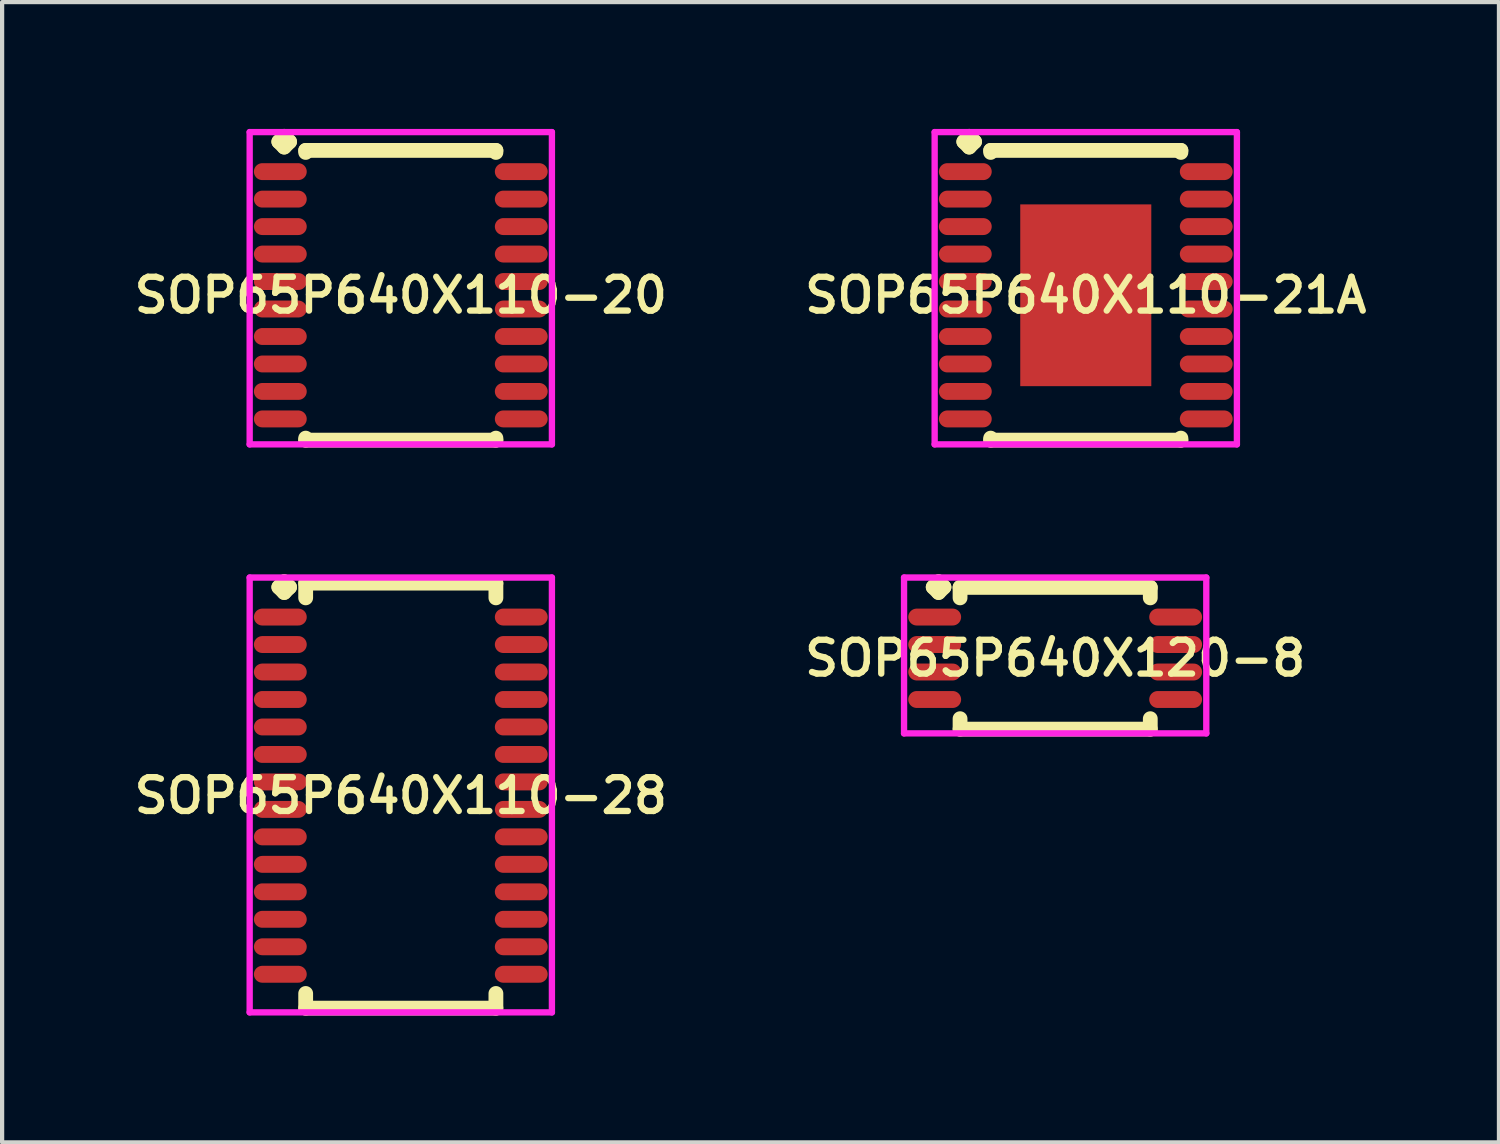
<source format=kicad_pcb>
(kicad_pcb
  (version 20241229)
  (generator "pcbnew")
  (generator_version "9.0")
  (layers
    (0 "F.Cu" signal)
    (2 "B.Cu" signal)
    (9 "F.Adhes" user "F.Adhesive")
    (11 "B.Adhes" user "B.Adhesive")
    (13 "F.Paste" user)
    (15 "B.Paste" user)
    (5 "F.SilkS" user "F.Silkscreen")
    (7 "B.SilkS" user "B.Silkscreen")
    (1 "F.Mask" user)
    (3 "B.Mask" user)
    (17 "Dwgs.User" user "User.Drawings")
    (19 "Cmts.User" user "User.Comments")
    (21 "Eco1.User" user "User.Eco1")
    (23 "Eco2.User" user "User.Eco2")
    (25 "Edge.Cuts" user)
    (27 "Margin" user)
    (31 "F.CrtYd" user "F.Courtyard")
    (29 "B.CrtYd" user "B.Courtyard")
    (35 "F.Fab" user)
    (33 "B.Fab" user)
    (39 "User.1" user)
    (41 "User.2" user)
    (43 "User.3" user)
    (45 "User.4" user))
  (footprint "SOP65P640X110-20"
    (layer "F.Cu")
    (at 6.431 3.935)
    (property "Reference" "SOP65P640X110-20" (at 0 0 0) (layer "F.SilkS") (effects (font (size 0.8 0.8) (thickness 0.15))))
    (attr smd)
    (fp_line (start -2.885 -3.633) (end -2.758 -3.76) (stroke (width 0.35) (type solid)) (layer "F.SilkS"))
    (fp_line (start -2.758 -3.76) (end -2.631 -3.633) (stroke (width 0.35) (type solid)) (layer "F.SilkS"))
    (fp_line (start -2.758 -3.506) (end -2.885 -3.633) (stroke (width 0.35) (type solid)) (layer "F.SilkS"))
    (fp_line (start -2.631 -3.633) (end -2.758 -3.506) (stroke (width 0.35) (type solid)) (layer "F.SilkS"))
    (fp_line (start -2.25 -3.427) (end 2.25 -3.427) (stroke (width 0.35) (type solid)) (layer "F.SilkS"))
    (fp_line (start -2.25 -3.379) (end -2.25 -3.427) (stroke (width 0.35) (type solid)) (layer "F.SilkS"))
    (fp_line (start -2.25 3.379) (end -2.25 3.427) (stroke (width 0.35) (type solid)) (layer "F.SilkS"))
    (fp_line (start -2.25 3.427) (end 2.25 3.427) (stroke (width 0.35) (type solid)) (layer "F.SilkS"))
    (fp_line (start 2.25 -3.427) (end 2.25 -3.379) (stroke (width 0.35) (type solid)) (layer "F.SilkS"))
    (fp_line (start 2.25 3.427) (end 2.25 3.379) (stroke (width 0.35) (type solid)) (layer "F.SilkS"))
    (fp_line (start -3.575 -3.86) (end 3.575 -3.86) (stroke (width 0.15) (type solid)) (layer "F.CrtYd"))
    (fp_line (start -3.575 3.527) (end -3.575 -3.86) (stroke (width 0.15) (type solid)) (layer "F.CrtYd"))
    (fp_line (start 3.575 -3.86) (end 3.575 3.527) (stroke (width 0.15) (type solid)) (layer "F.CrtYd"))
    (fp_line (start 3.575 3.527) (end -3.575 3.527) (stroke (width 0.15) (type solid)) (layer "F.CrtYd"))
    (pad "1" smd oval (at -2.85 -2.925) (size 1.25 0.4) (layers "F.Cu" "F.Mask" "F.Paste"))
    (pad "2" smd oval (at -2.85 -2.275) (size 1.25 0.4) (layers "F.Cu" "F.Mask" "F.Paste"))
    (pad "3" smd oval (at -2.85 -1.625) (size 1.25 0.4) (layers "F.Cu" "F.Mask" "F.Paste"))
    (pad "4" smd oval (at -2.85 -0.975) (size 1.25 0.4) (layers "F.Cu" "F.Mask" "F.Paste"))
    (pad "5" smd oval (at -2.85 -0.325) (size 1.25 0.4) (layers "F.Cu" "F.Mask" "F.Paste"))
    (pad "6" smd oval (at -2.85 0.325) (size 1.25 0.4) (layers "F.Cu" "F.Mask" "F.Paste"))
    (pad "7" smd oval (at -2.85 0.975) (size 1.25 0.4) (layers "F.Cu" "F.Mask" "F.Paste"))
    (pad "8" smd oval (at -2.85 1.625) (size 1.25 0.4) (layers "F.Cu" "F.Mask" "F.Paste"))
    (pad "9" smd oval (at -2.85 2.275) (size 1.25 0.4) (layers "F.Cu" "F.Mask" "F.Paste"))
    (pad "10" smd oval (at -2.85 2.925) (size 1.25 0.4) (layers "F.Cu" "F.Mask" "F.Paste"))
    (pad "11" smd oval (at 2.85 2.925) (size 1.25 0.4) (layers "F.Cu" "F.Mask" "F.Paste"))
    (pad "12" smd oval (at 2.85 2.275) (size 1.25 0.4) (layers "F.Cu" "F.Mask" "F.Paste"))
    (pad "13" smd oval (at 2.85 1.625) (size 1.25 0.4) (layers "F.Cu" "F.Mask" "F.Paste"))
    (pad "14" smd oval (at 2.85 0.975) (size 1.25 0.4) (layers "F.Cu" "F.Mask" "F.Paste"))
    (pad "15" smd oval (at 2.85 0.325) (size 1.25 0.4) (layers "F.Cu" "F.Mask" "F.Paste"))
    (pad "16" smd oval (at 2.85 -0.325) (size 1.25 0.4) (layers "F.Cu" "F.Mask" "F.Paste"))
    (pad "17" smd oval (at 2.85 -0.975) (size 1.25 0.4) (layers "F.Cu" "F.Mask" "F.Paste"))
    (pad "18" smd oval (at 2.85 -1.625) (size 1.25 0.4) (layers "F.Cu" "F.Mask" "F.Paste"))
    (pad "19" smd oval (at 2.85 -2.275) (size 1.25 0.4) (layers "F.Cu" "F.Mask" "F.Paste"))
    (pad "20" smd oval (at 2.85 -2.925) (size 1.25 0.4) (layers "F.Cu" "F.Mask" "F.Paste")))
  (footprint "SOP65P640X110-28"
    (layer "F.Cu")
    (at 6.431 15.772)
    (property "Reference" "SOP65P640X110-28" (at 0 0 0) (layer "F.SilkS") (effects (font (size 0.8 0.8) (thickness 0.15))))
    (attr smd)
    (fp_line (start -2.885 -4.933) (end -2.758 -5.06) (stroke (width 0.35) (type solid)) (layer "F.SilkS"))
    (fp_line (start -2.758 -5.06) (end -2.631 -4.933) (stroke (width 0.35) (type solid)) (layer "F.SilkS"))
    (fp_line (start -2.758 -4.806) (end -2.885 -4.933) (stroke (width 0.35) (type solid)) (layer "F.SilkS"))
    (fp_line (start -2.631 -4.933) (end -2.758 -4.806) (stroke (width 0.35) (type solid)) (layer "F.SilkS"))
    (fp_line (start -2.25 -5.027) (end 2.25 -5.027) (stroke (width 0.35) (type solid)) (layer "F.SilkS"))
    (fp_line (start -2.25 -4.679) (end -2.25 -5.027) (stroke (width 0.35) (type solid)) (layer "F.SilkS"))
    (fp_line (start -2.25 4.679) (end -2.25 5.027) (stroke (width 0.35) (type solid)) (layer "F.SilkS"))
    (fp_line (start -2.25 5.027) (end 2.25 5.027) (stroke (width 0.35) (type solid)) (layer "F.SilkS"))
    (fp_line (start 2.25 -5.027) (end 2.25 -4.679) (stroke (width 0.35) (type solid)) (layer "F.SilkS"))
    (fp_line (start 2.25 5.027) (end 2.25 4.679) (stroke (width 0.35) (type solid)) (layer "F.SilkS"))
    (fp_line (start -3.575 -5.16) (end 3.575 -5.16) (stroke (width 0.15) (type solid)) (layer "F.CrtYd"))
    (fp_line (start -3.575 5.127) (end -3.575 -5.16) (stroke (width 0.15) (type solid)) (layer "F.CrtYd"))
    (fp_line (start 3.575 -5.16) (end 3.575 5.127) (stroke (width 0.15) (type solid)) (layer "F.CrtYd"))
    (fp_line (start 3.575 5.127) (end -3.575 5.127) (stroke (width 0.15) (type solid)) (layer "F.CrtYd"))
    (pad "1" smd oval (at -2.85 -4.225) (size 1.25 0.4) (layers "F.Cu" "F.Mask" "F.Paste"))
    (pad "2" smd oval (at -2.85 -3.575) (size 1.25 0.4) (layers "F.Cu" "F.Mask" "F.Paste"))
    (pad "3" smd oval (at -2.85 -2.925) (size 1.25 0.4) (layers "F.Cu" "F.Mask" "F.Paste"))
    (pad "4" smd oval (at -2.85 -2.275) (size 1.25 0.4) (layers "F.Cu" "F.Mask" "F.Paste"))
    (pad "5" smd oval (at -2.85 -1.625) (size 1.25 0.4) (layers "F.Cu" "F.Mask" "F.Paste"))
    (pad "6" smd oval (at -2.85 -0.975) (size 1.25 0.4) (layers "F.Cu" "F.Mask" "F.Paste"))
    (pad "7" smd oval (at -2.85 -0.325) (size 1.25 0.4) (layers "F.Cu" "F.Mask" "F.Paste"))
    (pad "8" smd oval (at -2.85 0.325) (size 1.25 0.4) (layers "F.Cu" "F.Mask" "F.Paste"))
    (pad "9" smd oval (at -2.85 0.975) (size 1.25 0.4) (layers "F.Cu" "F.Mask" "F.Paste"))
    (pad "10" smd oval (at -2.85 1.625) (size 1.25 0.4) (layers "F.Cu" "F.Mask" "F.Paste"))
    (pad "11" smd oval (at -2.85 2.275) (size 1.25 0.4) (layers "F.Cu" "F.Mask" "F.Paste"))
    (pad "12" smd oval (at -2.85 2.925) (size 1.25 0.4) (layers "F.Cu" "F.Mask" "F.Paste"))
    (pad "13" smd oval (at -2.85 3.575) (size 1.25 0.4) (layers "F.Cu" "F.Mask" "F.Paste"))
    (pad "14" smd oval (at -2.85 4.225) (size 1.25 0.4) (layers "F.Cu" "F.Mask" "F.Paste"))
    (pad "15" smd oval (at 2.85 4.225) (size 1.25 0.4) (layers "F.Cu" "F.Mask" "F.Paste"))
    (pad "16" smd oval (at 2.85 3.575) (size 1.25 0.4) (layers "F.Cu" "F.Mask" "F.Paste"))
    (pad "17" smd oval (at 2.85 2.925) (size 1.25 0.4) (layers "F.Cu" "F.Mask" "F.Paste"))
    (pad "18" smd oval (at 2.85 2.275) (size 1.25 0.4) (layers "F.Cu" "F.Mask" "F.Paste"))
    (pad "19" smd oval (at 2.85 1.625) (size 1.25 0.4) (layers "F.Cu" "F.Mask" "F.Paste"))
    (pad "20" smd oval (at 2.85 0.975) (size 1.25 0.4) (layers "F.Cu" "F.Mask" "F.Paste"))
    (pad "21" smd oval (at 2.85 0.325) (size 1.25 0.4) (layers "F.Cu" "F.Mask" "F.Paste"))
    (pad "22" smd oval (at 2.85 -0.325) (size 1.25 0.4) (layers "F.Cu" "F.Mask" "F.Paste"))
    (pad "23" smd oval (at 2.85 -0.975) (size 1.25 0.4) (layers "F.Cu" "F.Mask" "F.Paste"))
    (pad "24" smd oval (at 2.85 -1.625) (size 1.25 0.4) (layers "F.Cu" "F.Mask" "F.Paste"))
    (pad "25" smd oval (at 2.85 -2.275) (size 1.25 0.4) (layers "F.Cu" "F.Mask" "F.Paste"))
    (pad "26" smd oval (at 2.85 -2.925) (size 1.25 0.4) (layers "F.Cu" "F.Mask" "F.Paste"))
    (pad "27" smd oval (at 2.85 -3.575) (size 1.25 0.4) (layers "F.Cu" "F.Mask" "F.Paste"))
    (pad "28" smd oval (at 2.85 -4.225) (size 1.25 0.4) (layers "F.Cu" "F.Mask" "F.Paste")))
  (footprint "SOP65P640X110-21A"
    (layer "F.Cu")
    (at 22.635 3.935)
    (property "Reference" "SOP65P640X110-21A" (at 0 0 0) (layer "F.SilkS") (effects (font (size 0.8 0.8) (thickness 0.15))))
    (attr through_hole)
    (fp_line (start -2.885 -3.633) (end -2.758 -3.76) (stroke (width 0.35) (type solid)) (layer "F.SilkS"))
    (fp_line (start -2.758 -3.76) (end -2.631 -3.633) (stroke (width 0.35) (type solid)) (layer "F.SilkS"))
    (fp_line (start -2.758 -3.506) (end -2.885 -3.633) (stroke (width 0.35) (type solid)) (layer "F.SilkS"))
    (fp_line (start -2.631 -3.633) (end -2.758 -3.506) (stroke (width 0.35) (type solid)) (layer "F.SilkS"))
    (fp_line (start -2.25 -3.427) (end 2.25 -3.427) (stroke (width 0.35) (type solid)) (layer "F.SilkS"))
    (fp_line (start -2.25 -3.379) (end -2.25 -3.427) (stroke (width 0.35) (type solid)) (layer "F.SilkS"))
    (fp_line (start -2.25 3.379) (end -2.25 3.427) (stroke (width 0.35) (type solid)) (layer "F.SilkS"))
    (fp_line (start -2.25 3.427) (end 2.25 3.427) (stroke (width 0.35) (type solid)) (layer "F.SilkS"))
    (fp_line (start 2.25 -3.427) (end 2.25 -3.379) (stroke (width 0.35) (type solid)) (layer "F.SilkS"))
    (fp_line (start 2.25 3.427) (end 2.25 3.379) (stroke (width 0.35) (type solid)) (layer "F.SilkS"))
    (fp_line (start -3.575 -3.86) (end 3.575 -3.86) (stroke (width 0.15) (type solid)) (layer "F.CrtYd"))
    (fp_line (start -3.575 3.527) (end -3.575 -3.86) (stroke (width 0.15) (type solid)) (layer "F.CrtYd"))
    (fp_line (start 3.575 -3.86) (end 3.575 3.527) (stroke (width 0.15) (type solid)) (layer "F.CrtYd"))
    (fp_line (start 3.575 3.527) (end -3.575 3.527) (stroke (width 0.15) (type solid)) (layer "F.CrtYd"))
    (pad "1" smd oval (at -2.85 -2.925) (size 1.25 0.4) (layers "F.Cu" "F.Mask" "F.Paste"))
    (pad "2" smd oval (at -2.85 -2.275) (size 1.25 0.4) (layers "F.Cu" "F.Mask" "F.Paste"))
    (pad "3" smd oval (at -2.85 -1.625) (size 1.25 0.4) (layers "F.Cu" "F.Mask" "F.Paste"))
    (pad "4" smd oval (at -2.85 -0.975) (size 1.25 0.4) (layers "F.Cu" "F.Mask" "F.Paste"))
    (pad "5" smd oval (at -2.85 -0.325) (size 1.25 0.4) (layers "F.Cu" "F.Mask" "F.Paste"))
    (pad "6" smd oval (at -2.85 0.325) (size 1.25 0.4) (layers "F.Cu" "F.Mask" "F.Paste"))
    (pad "7" smd oval (at -2.85 0.975) (size 1.25 0.4) (layers "F.Cu" "F.Mask" "F.Paste"))
    (pad "8" smd oval (at -2.85 1.625) (size 1.25 0.4) (layers "F.Cu" "F.Mask" "F.Paste"))
    (pad "9" smd oval (at -2.85 2.275) (size 1.25 0.4) (layers "F.Cu" "F.Mask" "F.Paste"))
    (pad "10" smd oval (at -2.85 2.925) (size 1.25 0.4) (layers "F.Cu" "F.Mask" "F.Paste"))
    (pad "11" smd oval (at 2.85 2.925) (size 1.25 0.4) (layers "F.Cu" "F.Mask" "F.Paste"))
    (pad "12" smd oval (at 2.85 2.275) (size 1.25 0.4) (layers "F.Cu" "F.Mask" "F.Paste"))
    (pad "13" smd oval (at 2.85 1.625) (size 1.25 0.4) (layers "F.Cu" "F.Mask" "F.Paste"))
    (pad "14" smd oval (at 2.85 0.975) (size 1.25 0.4) (layers "F.Cu" "F.Mask" "F.Paste"))
    (pad "15" smd oval (at 2.85 0.325) (size 1.25 0.4) (layers "F.Cu" "F.Mask" "F.Paste"))
    (pad "16" smd oval (at 2.85 -0.325) (size 1.25 0.4) (layers "F.Cu" "F.Mask" "F.Paste"))
    (pad "17" smd oval (at 2.85 -0.975) (size 1.25 0.4) (layers "F.Cu" "F.Mask" "F.Paste"))
    (pad "18" smd oval (at 2.85 -1.625) (size 1.25 0.4) (layers "F.Cu" "F.Mask" "F.Paste"))
    (pad "19" smd oval (at 2.85 -2.275) (size 1.25 0.4) (layers "F.Cu" "F.Mask" "F.Paste"))
    (pad "20" smd oval (at 2.85 -2.925) (size 1.25 0.4) (layers "F.Cu" "F.Mask" "F.Paste"))
    (pad "21" smd rect (at 0 0) (size 3.1 4.3) (layers "F.Cu" "F.Mask" "F.Paste")))
  (footprint "SOP65P640X120-8"
    (layer "F.Cu")
    (at 21.911 12.522)
    (property "Reference" "SOP65P640X120-8" (at 0 0 0) (layer "F.SilkS") (effects (font (size 0.8 0.8) (thickness 0.15))))
    (attr through_hole)
    (fp_line (start -2.885 -1.683) (end -2.758 -1.81) (stroke (width 0.35) (type solid)) (layer "F.SilkS"))
    (fp_line (start -2.758 -1.81) (end -2.631 -1.683) (stroke (width 0.35) (type solid)) (layer "F.SilkS"))
    (fp_line (start -2.758 -1.556) (end -2.885 -1.683) (stroke (width 0.35) (type solid)) (layer "F.SilkS"))
    (fp_line (start -2.631 -1.683) (end -2.758 -1.556) (stroke (width 0.35) (type solid)) (layer "F.SilkS"))
    (fp_line (start -2.25 -1.677) (end 2.25 -1.677) (stroke (width 0.35) (type solid)) (layer "F.SilkS"))
    (fp_line (start -2.25 -1.429) (end -2.25 -1.677) (stroke (width 0.35) (type solid)) (layer "F.SilkS"))
    (fp_line (start -2.25 1.429) (end -2.25 1.677) (stroke (width 0.35) (type solid)) (layer "F.SilkS"))
    (fp_line (start -2.25 1.677) (end 2.25 1.677) (stroke (width 0.35) (type solid)) (layer "F.SilkS"))
    (fp_line (start 2.25 -1.677) (end 2.25 -1.429) (stroke (width 0.35) (type solid)) (layer "F.SilkS"))
    (fp_line (start 2.25 1.677) (end 2.25 1.429) (stroke (width 0.35) (type solid)) (layer "F.SilkS"))
    (fp_line (start -3.575 -1.91) (end 3.575 -1.91) (stroke (width 0.15) (type solid)) (layer "F.CrtYd"))
    (fp_line (start -3.575 1.777) (end -3.575 -1.91) (stroke (width 0.15) (type solid)) (layer "F.CrtYd"))
    (fp_line (start 3.575 -1.91) (end 3.575 1.777) (stroke (width 0.15) (type solid)) (layer "F.CrtYd"))
    (fp_line (start 3.575 1.777) (end -3.575 1.777) (stroke (width 0.15) (type solid)) (layer "F.CrtYd"))
    (pad "1" smd oval (at -2.85 -0.975) (size 1.25 0.4) (layers "F.Cu" "F.Mask" "F.Paste"))
    (pad "2" smd oval (at -2.85 -0.325) (size 1.25 0.4) (layers "F.Cu" "F.Mask" "F.Paste"))
    (pad "3" smd oval (at -2.85 0.325) (size 1.25 0.4) (layers "F.Cu" "F.Mask" "F.Paste"))
    (pad "4" smd oval (at -2.85 0.975) (size 1.25 0.4) (layers "F.Cu" "F.Mask" "F.Paste"))
    (pad "5" smd oval (at 2.85 0.975) (size 1.25 0.4) (layers "F.Cu" "F.Mask" "F.Paste"))
    (pad "6" smd oval (at 2.85 0.325) (size 1.25 0.4) (layers "F.Cu" "F.Mask" "F.Paste"))
    (pad "7" smd oval (at 2.85 -0.325) (size 1.25 0.4) (layers "F.Cu" "F.Mask" "F.Paste"))
    (pad "8" smd oval (at 2.85 -0.975) (size 1.25 0.4) (layers "F.Cu" "F.Mask" "F.Paste")))
  (gr_rect
    (start -3 -3)
    (end 32.409 23.974)
    (stroke (width 0.1) (type default))
    (fill no)
    (layer "Edge.Cuts")))
</source>
